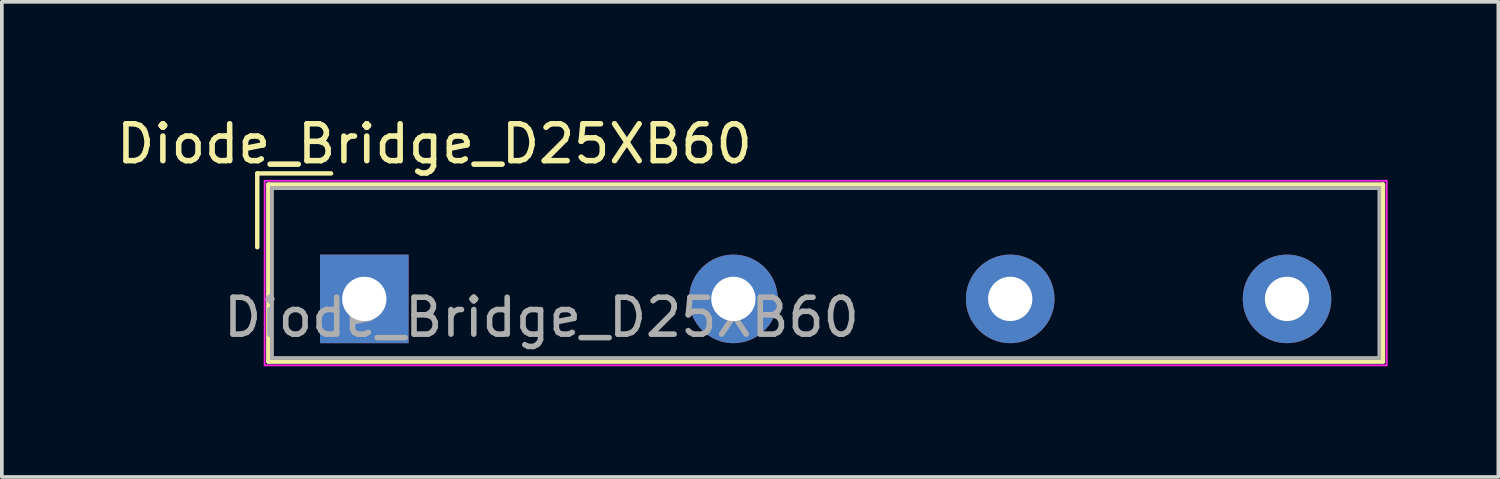
<source format=kicad_pcb>
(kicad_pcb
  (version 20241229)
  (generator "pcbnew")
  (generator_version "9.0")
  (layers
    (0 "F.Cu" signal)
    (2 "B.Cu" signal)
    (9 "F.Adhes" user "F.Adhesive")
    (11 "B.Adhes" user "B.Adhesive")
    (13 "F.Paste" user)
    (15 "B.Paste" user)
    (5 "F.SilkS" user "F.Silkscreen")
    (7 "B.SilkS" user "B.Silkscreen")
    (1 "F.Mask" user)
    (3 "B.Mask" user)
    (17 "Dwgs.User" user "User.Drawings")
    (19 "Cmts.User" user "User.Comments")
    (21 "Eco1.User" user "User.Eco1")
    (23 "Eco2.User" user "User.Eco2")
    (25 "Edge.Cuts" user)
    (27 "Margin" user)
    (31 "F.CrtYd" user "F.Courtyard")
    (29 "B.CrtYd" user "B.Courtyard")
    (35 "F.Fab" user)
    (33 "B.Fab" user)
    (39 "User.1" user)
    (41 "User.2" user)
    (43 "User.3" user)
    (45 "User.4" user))
  (footprint "Diode_Bridge_D25XB60"
    (layer "F.Cu")
    (at 6.82 5.048)
    (property "Reference" "Diode_Bridge_D25XB60" (at 1.9 -4.2 0) (unlocked yes) (layer "F.SilkS") (effects (font (size 1 1) (thickness 0.15))))
    (attr through_hole)
    (fp_line (start -2.9 -3.4) (end -2.9 -1.4) (stroke (width 0.12) (type default)) (layer "F.SilkS"))
    (fp_line (start -2.9 -3.4) (end -0.9 -3.4) (stroke (width 0.12) (type default)) (layer "F.SilkS"))
    (fp_line (start -2.6 -3.1) (end 27.6 -3.1) (stroke (width 0.12) (type default)) (layer "F.SilkS"))
    (fp_line (start -2.6 1.7) (end -2.6 -3.1) (stroke (width 0.12) (type default)) (layer "F.SilkS"))
    (fp_line (start 27.6 -3.1) (end 27.6 1.7) (stroke (width 0.12) (type default)) (layer "F.SilkS"))
    (fp_line (start 27.6 1.7) (end -2.6 1.7) (stroke (width 0.12) (type default)) (layer "F.SilkS"))
    (fp_line (start -2.7 -3.2) (end 27.7 -3.2) (stroke (width 0.05) (type default)) (layer "F.CrtYd"))
    (fp_line (start -2.7 1.8) (end -2.7 -3.2) (stroke (width 0.05) (type default)) (layer "F.CrtYd"))
    (fp_line (start 27.7 -3.2) (end 27.7 1.8) (stroke (width 0.05) (type default)) (layer "F.CrtYd"))
    (fp_line (start 27.7 1.8) (end -2.7 1.8) (stroke (width 0.05) (type default)) (layer "F.CrtYd"))
    (fp_line (start -2.5 -3) (end -2.5 1.6) (stroke (width 0.1) (type default)) (layer "F.Fab"))
    (fp_line (start -2.5 -3) (end 27.5 -3) (stroke (width 0.1) (type default)) (layer "F.Fab"))
    (fp_line (start -2.5 1.6) (end 27.5 1.6) (stroke (width 0.1) (type default)) (layer "F.Fab"))
    (fp_line (start 27.5 1.6) (end 27.5 -3) (stroke (width 0.1) (type default)) (layer "F.Fab"))
    (fp_text user "${REFERENCE}" (at 4.8 0.5 0) (unlocked yes) (layer "F.Fab") (effects (font (size 1 1) (thickness 0.15))))
    (pad "1" thru_hole rect (at 0 0) (size 2.4 2.4) (drill 1.2) (layers "*.Cu" "*.Mask"))
    (pad "2" thru_hole circle (at 10 0) (size 2.4 2.4) (drill 1.2) (layers "*.Cu" "*.Mask"))
    (pad "3" thru_hole circle (at 17.5 0) (size 2.4 2.4) (drill 1.2) (layers "*.Cu" "*.Mask"))
    (pad "4" thru_hole circle (at 25 0) (size 2.4 2.4) (drill 1.2) (layers "*.Cu" "*.Mask")))
  (gr_rect
    (start -3 -3)
    (end 37.545 9.873)
    (stroke (width 0.1) (type default))
    (fill no)
    (layer "Edge.Cuts")))
</source>
